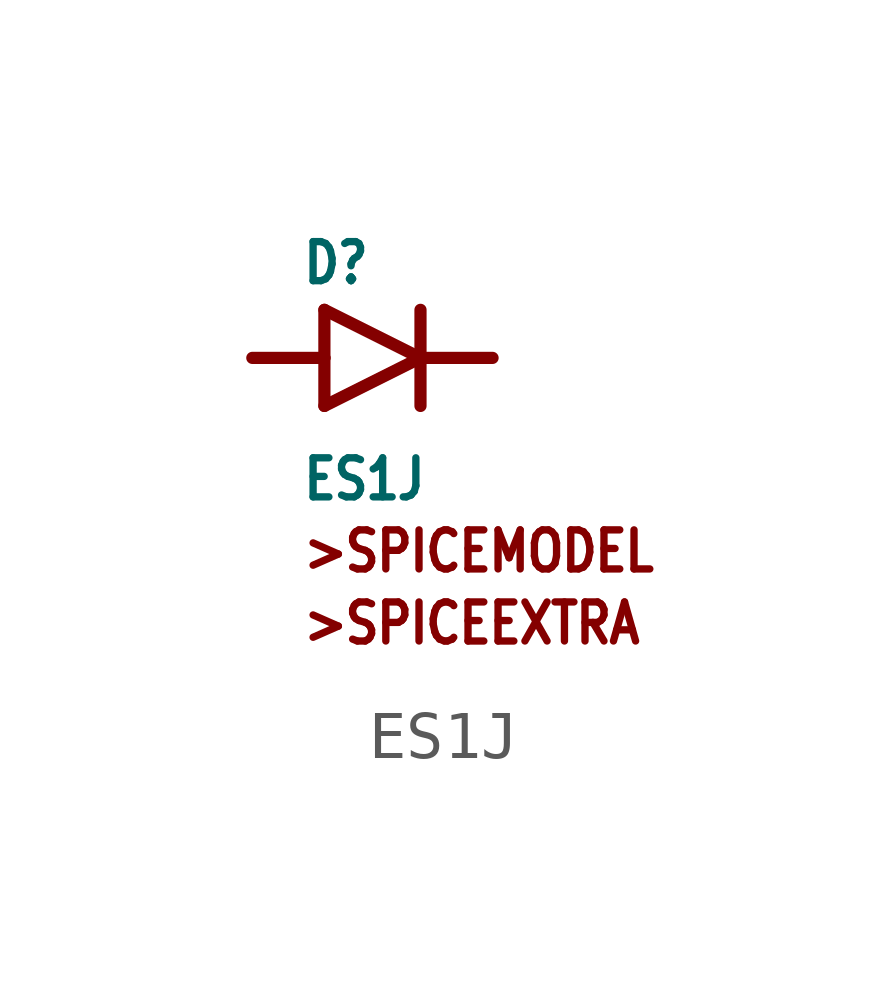
<source format=kicad_sym>
(kicad_symbol_lib
  (version 20211014)
  (generator kicad_symbol_editor)
  (symbol "ES1J"
    (property "Reference" "D"
      (at -1.5 1.5 0)
      (effects (font (size 0.813 0.691)) (justify left bottom)))
    (property "Value" "ES1J"
      (at -1.5 -3 0)
      (effects (font (size 0.813 0.691)) (justify left bottom)))
    (property "ki_locked" ""
      (at 0 0 0)
      (effects (font (size 1.27 1.27))))
    (symbol "ES1J_1_0"
      (polyline (pts (xy -1 0) (xy -2.5 0)) (stroke (width 0.254) (type default) (color 0 0 0 0)) (fill (type none)))
      (polyline (pts (xy -1 0) (xy -1 -1)) (stroke (width 0.254) (type default) (color 0 0 0 0)) (fill (type none)))
      (polyline (pts (xy -1 1) (xy -1 0)) (stroke (width 0.254) (type default) (color 0 0 0 0)) (fill (type none)))
      (polyline (pts (xy 1 0) (xy -1 -1)) (stroke (width 0.254) (type default) (color 0 0 0 0)) (fill (type none)))
      (polyline (pts (xy 1 0) (xy -1 1)) (stroke (width 0.254) (type default) (color 0 0 0 0)) (fill (type none)))
      (polyline (pts (xy 1 0) (xy 1 -1)) (stroke (width 0.254) (type default) (color 0 0 0 0)) (fill (type none)))
      (polyline (pts (xy 1 1) (xy 1 0)) (stroke (width 0.254) (type default) (color 0 0 0 0)) (fill (type none)))
      (polyline (pts (xy 2.5 0) (xy 1 0)) (stroke (width 0.254) (type default) (color 0 0 0 0)) (fill (type none)))
      (text ">SPICEEXTRA" (at -1.5 -6 0) (effects (font (size 0.813 0.691)) (justify left bottom)))
      (text ">SPICEMODEL" (at -1.5 -4.5 0) (effects (font (size 0.813 0.691)) (justify left bottom)))
      (pin bidirectional line (at -2.5 0 90) (length 0) (name "A" (effects (font (size 0 0)))) (number "A" (effects (font (size 0 0)))))
      (pin bidirectional line (at 2.5 0 90) (length 0) (name "C" (effects (font (size 0 0)))) (number "C" (effects (font (size 0 0))))))))
</source>
